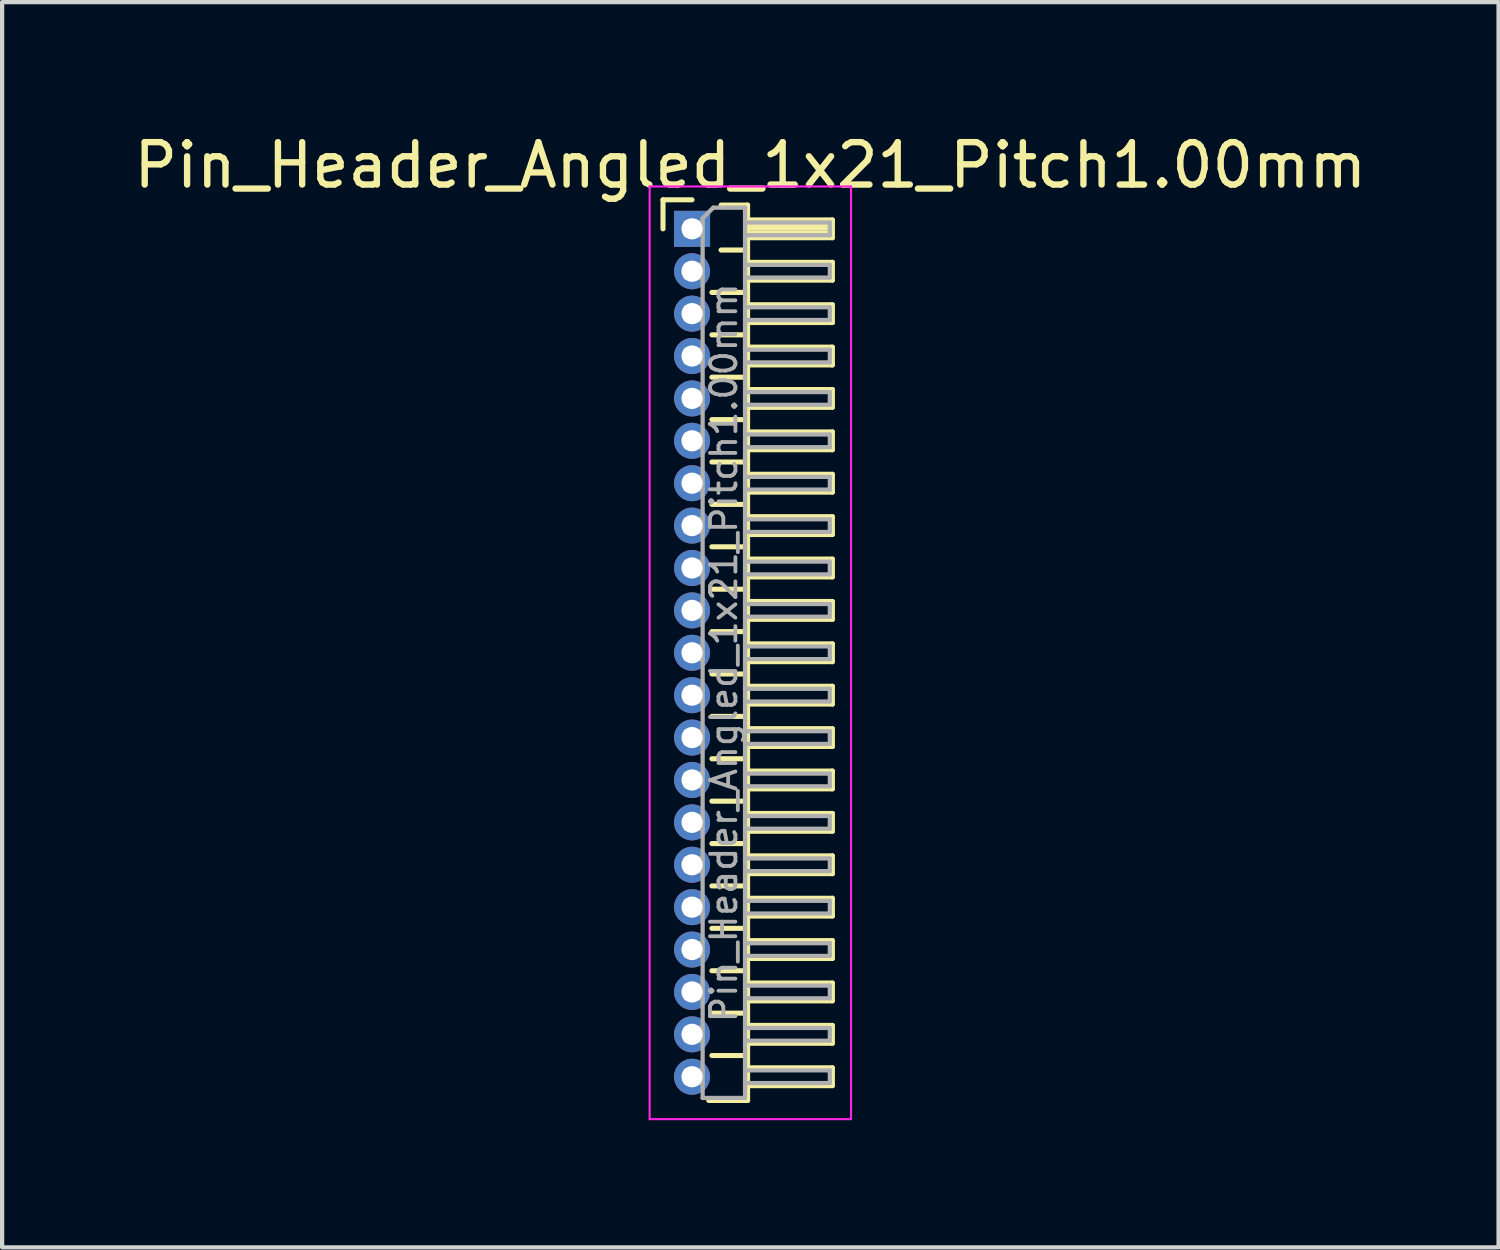
<source format=kicad_pcb>
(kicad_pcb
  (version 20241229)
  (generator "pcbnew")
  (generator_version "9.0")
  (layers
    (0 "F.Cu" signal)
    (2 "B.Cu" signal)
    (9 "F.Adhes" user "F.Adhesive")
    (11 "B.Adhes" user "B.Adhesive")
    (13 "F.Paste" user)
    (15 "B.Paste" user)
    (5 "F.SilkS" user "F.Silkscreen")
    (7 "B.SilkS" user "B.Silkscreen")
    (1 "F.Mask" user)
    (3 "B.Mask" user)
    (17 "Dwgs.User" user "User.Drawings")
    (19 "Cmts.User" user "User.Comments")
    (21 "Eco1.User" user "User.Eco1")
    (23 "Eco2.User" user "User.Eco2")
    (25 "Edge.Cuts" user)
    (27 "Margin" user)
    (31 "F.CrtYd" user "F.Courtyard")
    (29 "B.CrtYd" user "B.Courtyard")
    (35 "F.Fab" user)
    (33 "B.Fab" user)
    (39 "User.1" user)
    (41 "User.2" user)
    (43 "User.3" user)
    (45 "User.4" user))
  (footprint "Pin_Header_Angled_1x21_Pitch1.00mm"
    (layer "F.Cu")
    (at 13.274 2.348)
    (property "Reference" "Pin_Header_Angled_1x21_Pitch1.00mm" (at 1.375 -1.5 0) (layer "F.SilkS") (effects (font (size 1 1) (thickness 0.15))))
    (attr through_hole)
    (fp_line (start -0.685 -0.685) (end 0 -0.685) (stroke (width 0.12) (type solid)) (layer "F.SilkS"))
    (fp_line (start -0.685 0) (end -0.685 -0.685) (stroke (width 0.12) (type solid)) (layer "F.SilkS"))
    (fp_line (start 0.468 1.5) (end 1.31 1.5) (stroke (width 0.12) (type solid)) (layer "F.SilkS"))
    (fp_line (start 0.468 2.5) (end 1.31 2.5) (stroke (width 0.12) (type solid)) (layer "F.SilkS"))
    (fp_line (start 0.468 3.5) (end 1.31 3.5) (stroke (width 0.12) (type solid)) (layer "F.SilkS"))
    (fp_line (start 0.468 4.5) (end 1.31 4.5) (stroke (width 0.12) (type solid)) (layer "F.SilkS"))
    (fp_line (start 0.468 5.5) (end 1.31 5.5) (stroke (width 0.12) (type solid)) (layer "F.SilkS"))
    (fp_line (start 0.468 6.5) (end 1.31 6.5) (stroke (width 0.12) (type solid)) (layer "F.SilkS"))
    (fp_line (start 0.468 7.5) (end 1.31 7.5) (stroke (width 0.12) (type solid)) (layer "F.SilkS"))
    (fp_line (start 0.468 8.5) (end 1.31 8.5) (stroke (width 0.12) (type solid)) (layer "F.SilkS"))
    (fp_line (start 0.468 9.5) (end 1.31 9.5) (stroke (width 0.12) (type solid)) (layer "F.SilkS"))
    (fp_line (start 0.468 10.5) (end 1.31 10.5) (stroke (width 0.12) (type solid)) (layer "F.SilkS"))
    (fp_line (start 0.468 11.5) (end 1.31 11.5) (stroke (width 0.12) (type solid)) (layer "F.SilkS"))
    (fp_line (start 0.468 12.5) (end 1.31 12.5) (stroke (width 0.12) (type solid)) (layer "F.SilkS"))
    (fp_line (start 0.468 13.5) (end 1.31 13.5) (stroke (width 0.12) (type solid)) (layer "F.SilkS"))
    (fp_line (start 0.468 14.5) (end 1.31 14.5) (stroke (width 0.12) (type solid)) (layer "F.SilkS"))
    (fp_line (start 0.468 15.5) (end 1.31 15.5) (stroke (width 0.12) (type solid)) (layer "F.SilkS"))
    (fp_line (start 0.468 16.5) (end 1.31 16.5) (stroke (width 0.12) (type solid)) (layer "F.SilkS"))
    (fp_line (start 0.468 17.5) (end 1.31 17.5) (stroke (width 0.12) (type solid)) (layer "F.SilkS"))
    (fp_line (start 0.468 18.5) (end 1.31 18.5) (stroke (width 0.12) (type solid)) (layer "F.SilkS"))
    (fp_line (start 0.468 19.5) (end 1.31 19.5) (stroke (width 0.12) (type solid)) (layer "F.SilkS"))
    (fp_line (start 0.685 -0.56) (end 1.31 -0.56) (stroke (width 0.12) (type solid)) (layer "F.SilkS"))
    (fp_line (start 0.685 0.5) (end 1.31 0.5) (stroke (width 0.12) (type solid)) (layer "F.SilkS"))
    (fp_line (start 1.31 -0.56) (end 1.31 20.56) (stroke (width 0.12) (type solid)) (layer "F.SilkS"))
    (fp_line (start 1.31 -0.21) (end 3.31 -0.21) (stroke (width 0.12) (type solid)) (layer "F.SilkS"))
    (fp_line (start 1.31 -0.15) (end 3.31 -0.15) (stroke (width 0.12) (type solid)) (layer "F.SilkS"))
    (fp_line (start 1.31 -0.03) (end 3.31 -0.03) (stroke (width 0.12) (type solid)) (layer "F.SilkS"))
    (fp_line (start 1.31 0.09) (end 3.31 0.09) (stroke (width 0.12) (type solid)) (layer "F.SilkS"))
    (fp_line (start 1.31 0.79) (end 3.31 0.79) (stroke (width 0.12) (type solid)) (layer "F.SilkS"))
    (fp_line (start 1.31 1.79) (end 3.31 1.79) (stroke (width 0.12) (type solid)) (layer "F.SilkS"))
    (fp_line (start 1.31 2.79) (end 3.31 2.79) (stroke (width 0.12) (type solid)) (layer "F.SilkS"))
    (fp_line (start 1.31 3.79) (end 3.31 3.79) (stroke (width 0.12) (type solid)) (layer "F.SilkS"))
    (fp_line (start 1.31 4.79) (end 3.31 4.79) (stroke (width 0.12) (type solid)) (layer "F.SilkS"))
    (fp_line (start 1.31 5.79) (end 3.31 5.79) (stroke (width 0.12) (type solid)) (layer "F.SilkS"))
    (fp_line (start 1.31 6.79) (end 3.31 6.79) (stroke (width 0.12) (type solid)) (layer "F.SilkS"))
    (fp_line (start 1.31 7.79) (end 3.31 7.79) (stroke (width 0.12) (type solid)) (layer "F.SilkS"))
    (fp_line (start 1.31 8.79) (end 3.31 8.79) (stroke (width 0.12) (type solid)) (layer "F.SilkS"))
    (fp_line (start 1.31 9.79) (end 3.31 9.79) (stroke (width 0.12) (type solid)) (layer "F.SilkS"))
    (fp_line (start 1.31 10.79) (end 3.31 10.79) (stroke (width 0.12) (type solid)) (layer "F.SilkS"))
    (fp_line (start 1.31 11.79) (end 3.31 11.79) (stroke (width 0.12) (type solid)) (layer "F.SilkS"))
    (fp_line (start 1.31 12.79) (end 3.31 12.79) (stroke (width 0.12) (type solid)) (layer "F.SilkS"))
    (fp_line (start 1.31 13.79) (end 3.31 13.79) (stroke (width 0.12) (type solid)) (layer "F.SilkS"))
    (fp_line (start 1.31 14.79) (end 3.31 14.79) (stroke (width 0.12) (type solid)) (layer "F.SilkS"))
    (fp_line (start 1.31 15.79) (end 3.31 15.79) (stroke (width 0.12) (type solid)) (layer "F.SilkS"))
    (fp_line (start 1.31 16.79) (end 3.31 16.79) (stroke (width 0.12) (type solid)) (layer "F.SilkS"))
    (fp_line (start 1.31 17.79) (end 3.31 17.79) (stroke (width 0.12) (type solid)) (layer "F.SilkS"))
    (fp_line (start 1.31 18.79) (end 3.31 18.79) (stroke (width 0.12) (type solid)) (layer "F.SilkS"))
    (fp_line (start 1.31 19.79) (end 3.31 19.79) (stroke (width 0.12) (type solid)) (layer "F.SilkS"))
    (fp_line (start 1.31 20.56) (end 0.394 20.56) (stroke (width 0.12) (type solid)) (layer "F.SilkS"))
    (fp_line (start 3.31 -0.21) (end 3.31 0.21) (stroke (width 0.12) (type solid)) (layer "F.SilkS"))
    (fp_line (start 3.31 0.21) (end 1.31 0.21) (stroke (width 0.12) (type solid)) (layer "F.SilkS"))
    (fp_line (start 3.31 0.79) (end 3.31 1.21) (stroke (width 0.12) (type solid)) (layer "F.SilkS"))
    (fp_line (start 3.31 1.21) (end 1.31 1.21) (stroke (width 0.12) (type solid)) (layer "F.SilkS"))
    (fp_line (start 3.31 1.79) (end 3.31 2.21) (stroke (width 0.12) (type solid)) (layer "F.SilkS"))
    (fp_line (start 3.31 2.21) (end 1.31 2.21) (stroke (width 0.12) (type solid)) (layer "F.SilkS"))
    (fp_line (start 3.31 2.79) (end 3.31 3.21) (stroke (width 0.12) (type solid)) (layer "F.SilkS"))
    (fp_line (start 3.31 3.21) (end 1.31 3.21) (stroke (width 0.12) (type solid)) (layer "F.SilkS"))
    (fp_line (start 3.31 3.79) (end 3.31 4.21) (stroke (width 0.12) (type solid)) (layer "F.SilkS"))
    (fp_line (start 3.31 4.21) (end 1.31 4.21) (stroke (width 0.12) (type solid)) (layer "F.SilkS"))
    (fp_line (start 3.31 4.79) (end 3.31 5.21) (stroke (width 0.12) (type solid)) (layer "F.SilkS"))
    (fp_line (start 3.31 5.21) (end 1.31 5.21) (stroke (width 0.12) (type solid)) (layer "F.SilkS"))
    (fp_line (start 3.31 5.79) (end 3.31 6.21) (stroke (width 0.12) (type solid)) (layer "F.SilkS"))
    (fp_line (start 3.31 6.21) (end 1.31 6.21) (stroke (width 0.12) (type solid)) (layer "F.SilkS"))
    (fp_line (start 3.31 6.79) (end 3.31 7.21) (stroke (width 0.12) (type solid)) (layer "F.SilkS"))
    (fp_line (start 3.31 7.21) (end 1.31 7.21) (stroke (width 0.12) (type solid)) (layer "F.SilkS"))
    (fp_line (start 3.31 7.79) (end 3.31 8.21) (stroke (width 0.12) (type solid)) (layer "F.SilkS"))
    (fp_line (start 3.31 8.21) (end 1.31 8.21) (stroke (width 0.12) (type solid)) (layer "F.SilkS"))
    (fp_line (start 3.31 8.79) (end 3.31 9.21) (stroke (width 0.12) (type solid)) (layer "F.SilkS"))
    (fp_line (start 3.31 9.21) (end 1.31 9.21) (stroke (width 0.12) (type solid)) (layer "F.SilkS"))
    (fp_line (start 3.31 9.79) (end 3.31 10.21) (stroke (width 0.12) (type solid)) (layer "F.SilkS"))
    (fp_line (start 3.31 10.21) (end 1.31 10.21) (stroke (width 0.12) (type solid)) (layer "F.SilkS"))
    (fp_line (start 3.31 10.79) (end 3.31 11.21) (stroke (width 0.12) (type solid)) (layer "F.SilkS"))
    (fp_line (start 3.31 11.21) (end 1.31 11.21) (stroke (width 0.12) (type solid)) (layer "F.SilkS"))
    (fp_line (start 3.31 11.79) (end 3.31 12.21) (stroke (width 0.12) (type solid)) (layer "F.SilkS"))
    (fp_line (start 3.31 12.21) (end 1.31 12.21) (stroke (width 0.12) (type solid)) (layer "F.SilkS"))
    (fp_line (start 3.31 12.79) (end 3.31 13.21) (stroke (width 0.12) (type solid)) (layer "F.SilkS"))
    (fp_line (start 3.31 13.21) (end 1.31 13.21) (stroke (width 0.12) (type solid)) (layer "F.SilkS"))
    (fp_line (start 3.31 13.79) (end 3.31 14.21) (stroke (width 0.12) (type solid)) (layer "F.SilkS"))
    (fp_line (start 3.31 14.21) (end 1.31 14.21) (stroke (width 0.12) (type solid)) (layer "F.SilkS"))
    (fp_line (start 3.31 14.79) (end 3.31 15.21) (stroke (width 0.12) (type solid)) (layer "F.SilkS"))
    (fp_line (start 3.31 15.21) (end 1.31 15.21) (stroke (width 0.12) (type solid)) (layer "F.SilkS"))
    (fp_line (start 3.31 15.79) (end 3.31 16.21) (stroke (width 0.12) (type solid)) (layer "F.SilkS"))
    (fp_line (start 3.31 16.21) (end 1.31 16.21) (stroke (width 0.12) (type solid)) (layer "F.SilkS"))
    (fp_line (start 3.31 16.79) (end 3.31 17.21) (stroke (width 0.12) (type solid)) (layer "F.SilkS"))
    (fp_line (start 3.31 17.21) (end 1.31 17.21) (stroke (width 0.12) (type solid)) (layer "F.SilkS"))
    (fp_line (start 3.31 17.79) (end 3.31 18.21) (stroke (width 0.12) (type solid)) (layer "F.SilkS"))
    (fp_line (start 3.31 18.21) (end 1.31 18.21) (stroke (width 0.12) (type solid)) (layer "F.SilkS"))
    (fp_line (start 3.31 18.79) (end 3.31 19.21) (stroke (width 0.12) (type solid)) (layer "F.SilkS"))
    (fp_line (start 3.31 19.21) (end 1.31 19.21) (stroke (width 0.12) (type solid)) (layer "F.SilkS"))
    (fp_line (start 3.31 19.79) (end 3.31 20.21) (stroke (width 0.12) (type solid)) (layer "F.SilkS"))
    (fp_line (start 3.31 20.21) (end 1.31 20.21) (stroke (width 0.12) (type solid)) (layer "F.SilkS"))
    (fp_line (start -1 -1) (end -1 21) (stroke (width 0.05) (type solid)) (layer "F.CrtYd"))
    (fp_line (start -1 21) (end 3.75 21) (stroke (width 0.05) (type solid)) (layer "F.CrtYd"))
    (fp_line (start 3.75 -1) (end -1 -1) (stroke (width 0.05) (type solid)) (layer "F.CrtYd"))
    (fp_line (start 3.75 21) (end 3.75 -1) (stroke (width 0.05) (type solid)) (layer "F.CrtYd"))
    (fp_line (start -0.15 -0.15) (end -0.15 0.15) (stroke (width 0.1) (type solid)) (layer "F.Fab"))
    (fp_line (start -0.15 -0.15) (end 0.25 -0.15) (stroke (width 0.1) (type solid)) (layer "F.Fab"))
    (fp_line (start -0.15 0.15) (end 0.25 0.15) (stroke (width 0.1) (type solid)) (layer "F.Fab"))
    (fp_line (start -0.15 0.85) (end -0.15 1.15) (stroke (width 0.1) (type solid)) (layer "F.Fab"))
    (fp_line (start -0.15 0.85) (end 0.25 0.85) (stroke (width 0.1) (type solid)) (layer "F.Fab"))
    (fp_line (start -0.15 1.15) (end 0.25 1.15) (stroke (width 0.1) (type solid)) (layer "F.Fab"))
    (fp_line (start -0.15 1.85) (end -0.15 2.15) (stroke (width 0.1) (type solid)) (layer "F.Fab"))
    (fp_line (start -0.15 1.85) (end 0.25 1.85) (stroke (width 0.1) (type solid)) (layer "F.Fab"))
    (fp_line (start -0.15 2.15) (end 0.25 2.15) (stroke (width 0.1) (type solid)) (layer "F.Fab"))
    (fp_line (start -0.15 2.85) (end -0.15 3.15) (stroke (width 0.1) (type solid)) (layer "F.Fab"))
    (fp_line (start -0.15 2.85) (end 0.25 2.85) (stroke (width 0.1) (type solid)) (layer "F.Fab"))
    (fp_line (start -0.15 3.15) (end 0.25 3.15) (stroke (width 0.1) (type solid)) (layer "F.Fab"))
    (fp_line (start -0.15 3.85) (end -0.15 4.15) (stroke (width 0.1) (type solid)) (layer "F.Fab"))
    (fp_line (start -0.15 3.85) (end 0.25 3.85) (stroke (width 0.1) (type solid)) (layer "F.Fab"))
    (fp_line (start -0.15 4.15) (end 0.25 4.15) (stroke (width 0.1) (type solid)) (layer "F.Fab"))
    (fp_line (start -0.15 4.85) (end -0.15 5.15) (stroke (width 0.1) (type solid)) (layer "F.Fab"))
    (fp_line (start -0.15 4.85) (end 0.25 4.85) (stroke (width 0.1) (type solid)) (layer "F.Fab"))
    (fp_line (start -0.15 5.15) (end 0.25 5.15) (stroke (width 0.1) (type solid)) (layer "F.Fab"))
    (fp_line (start -0.15 5.85) (end -0.15 6.15) (stroke (width 0.1) (type solid)) (layer "F.Fab"))
    (fp_line (start -0.15 5.85) (end 0.25 5.85) (stroke (width 0.1) (type solid)) (layer "F.Fab"))
    (fp_line (start -0.15 6.15) (end 0.25 6.15) (stroke (width 0.1) (type solid)) (layer "F.Fab"))
    (fp_line (start -0.15 6.85) (end -0.15 7.15) (stroke (width 0.1) (type solid)) (layer "F.Fab"))
    (fp_line (start -0.15 6.85) (end 0.25 6.85) (stroke (width 0.1) (type solid)) (layer "F.Fab"))
    (fp_line (start -0.15 7.15) (end 0.25 7.15) (stroke (width 0.1) (type solid)) (layer "F.Fab"))
    (fp_line (start -0.15 7.85) (end -0.15 8.15) (stroke (width 0.1) (type solid)) (layer "F.Fab"))
    (fp_line (start -0.15 7.85) (end 0.25 7.85) (stroke (width 0.1) (type solid)) (layer "F.Fab"))
    (fp_line (start -0.15 8.15) (end 0.25 8.15) (stroke (width 0.1) (type solid)) (layer "F.Fab"))
    (fp_line (start -0.15 8.85) (end -0.15 9.15) (stroke (width 0.1) (type solid)) (layer "F.Fab"))
    (fp_line (start -0.15 8.85) (end 0.25 8.85) (stroke (width 0.1) (type solid)) (layer "F.Fab"))
    (fp_line (start -0.15 9.15) (end 0.25 9.15) (stroke (width 0.1) (type solid)) (layer "F.Fab"))
    (fp_line (start -0.15 9.85) (end -0.15 10.15) (stroke (width 0.1) (type solid)) (layer "F.Fab"))
    (fp_line (start -0.15 9.85) (end 0.25 9.85) (stroke (width 0.1) (type solid)) (layer "F.Fab"))
    (fp_line (start -0.15 10.15) (end 0.25 10.15) (stroke (width 0.1) (type solid)) (layer "F.Fab"))
    (fp_line (start -0.15 10.85) (end -0.15 11.15) (stroke (width 0.1) (type solid)) (layer "F.Fab"))
    (fp_line (start -0.15 10.85) (end 0.25 10.85) (stroke (width 0.1) (type solid)) (layer "F.Fab"))
    (fp_line (start -0.15 11.15) (end 0.25 11.15) (stroke (width 0.1) (type solid)) (layer "F.Fab"))
    (fp_line (start -0.15 11.85) (end -0.15 12.15) (stroke (width 0.1) (type solid)) (layer "F.Fab"))
    (fp_line (start -0.15 11.85) (end 0.25 11.85) (stroke (width 0.1) (type solid)) (layer "F.Fab"))
    (fp_line (start -0.15 12.15) (end 0.25 12.15) (stroke (width 0.1) (type solid)) (layer "F.Fab"))
    (fp_line (start -0.15 12.85) (end -0.15 13.15) (stroke (width 0.1) (type solid)) (layer "F.Fab"))
    (fp_line (start -0.15 12.85) (end 0.25 12.85) (stroke (width 0.1) (type solid)) (layer "F.Fab"))
    (fp_line (start -0.15 13.15) (end 0.25 13.15) (stroke (width 0.1) (type solid)) (layer "F.Fab"))
    (fp_line (start -0.15 13.85) (end -0.15 14.15) (stroke (width 0.1) (type solid)) (layer "F.Fab"))
    (fp_line (start -0.15 13.85) (end 0.25 13.85) (stroke (width 0.1) (type solid)) (layer "F.Fab"))
    (fp_line (start -0.15 14.15) (end 0.25 14.15) (stroke (width 0.1) (type solid)) (layer "F.Fab"))
    (fp_line (start -0.15 14.85) (end -0.15 15.15) (stroke (width 0.1) (type solid)) (layer "F.Fab"))
    (fp_line (start -0.15 14.85) (end 0.25 14.85) (stroke (width 0.1) (type solid)) (layer "F.Fab"))
    (fp_line (start -0.15 15.15) (end 0.25 15.15) (stroke (width 0.1) (type solid)) (layer "F.Fab"))
    (fp_line (start -0.15 15.85) (end -0.15 16.15) (stroke (width 0.1) (type solid)) (layer "F.Fab"))
    (fp_line (start -0.15 15.85) (end 0.25 15.85) (stroke (width 0.1) (type solid)) (layer "F.Fab"))
    (fp_line (start -0.15 16.15) (end 0.25 16.15) (stroke (width 0.1) (type solid)) (layer "F.Fab"))
    (fp_line (start -0.15 16.85) (end -0.15 17.15) (stroke (width 0.1) (type solid)) (layer "F.Fab"))
    (fp_line (start -0.15 16.85) (end 0.25 16.85) (stroke (width 0.1) (type solid)) (layer "F.Fab"))
    (fp_line (start -0.15 17.15) (end 0.25 17.15) (stroke (width 0.1) (type solid)) (layer "F.Fab"))
    (fp_line (start -0.15 17.85) (end -0.15 18.15) (stroke (width 0.1) (type solid)) (layer "F.Fab"))
    (fp_line (start -0.15 17.85) (end 0.25 17.85) (stroke (width 0.1) (type solid)) (layer "F.Fab"))
    (fp_line (start -0.15 18.15) (end 0.25 18.15) (stroke (width 0.1) (type solid)) (layer "F.Fab"))
    (fp_line (start -0.15 18.85) (end -0.15 19.15) (stroke (width 0.1) (type solid)) (layer "F.Fab"))
    (fp_line (start -0.15 18.85) (end 0.25 18.85) (stroke (width 0.1) (type solid)) (layer "F.Fab"))
    (fp_line (start -0.15 19.15) (end 0.25 19.15) (stroke (width 0.1) (type solid)) (layer "F.Fab"))
    (fp_line (start -0.15 19.85) (end -0.15 20.15) (stroke (width 0.1) (type solid)) (layer "F.Fab"))
    (fp_line (start -0.15 19.85) (end 0.25 19.85) (stroke (width 0.1) (type solid)) (layer "F.Fab"))
    (fp_line (start -0.15 20.15) (end 0.25 20.15) (stroke (width 0.1) (type solid)) (layer "F.Fab"))
    (fp_line (start 0.25 -0.25) (end 0.5 -0.5) (stroke (width 0.1) (type solid)) (layer "F.Fab"))
    (fp_line (start 0.25 20.5) (end 0.25 -0.25) (stroke (width 0.1) (type solid)) (layer "F.Fab"))
    (fp_line (start 0.5 -0.5) (end 1.25 -0.5) (stroke (width 0.1) (type solid)) (layer "F.Fab"))
    (fp_line (start 1.25 -0.5) (end 1.25 20.5) (stroke (width 0.1) (type solid)) (layer "F.Fab"))
    (fp_line (start 1.25 -0.15) (end 3.25 -0.15) (stroke (width 0.1) (type solid)) (layer "F.Fab"))
    (fp_line (start 1.25 0.15) (end 3.25 0.15) (stroke (width 0.1) (type solid)) (layer "F.Fab"))
    (fp_line (start 1.25 0.85) (end 3.25 0.85) (stroke (width 0.1) (type solid)) (layer "F.Fab"))
    (fp_line (start 1.25 1.15) (end 3.25 1.15) (stroke (width 0.1) (type solid)) (layer "F.Fab"))
    (fp_line (start 1.25 1.85) (end 3.25 1.85) (stroke (width 0.1) (type solid)) (layer "F.Fab"))
    (fp_line (start 1.25 2.15) (end 3.25 2.15) (stroke (width 0.1) (type solid)) (layer "F.Fab"))
    (fp_line (start 1.25 2.85) (end 3.25 2.85) (stroke (width 0.1) (type solid)) (layer "F.Fab"))
    (fp_line (start 1.25 3.15) (end 3.25 3.15) (stroke (width 0.1) (type solid)) (layer "F.Fab"))
    (fp_line (start 1.25 3.85) (end 3.25 3.85) (stroke (width 0.1) (type solid)) (layer "F.Fab"))
    (fp_line (start 1.25 4.15) (end 3.25 4.15) (stroke (width 0.1) (type solid)) (layer "F.Fab"))
    (fp_line (start 1.25 4.85) (end 3.25 4.85) (stroke (width 0.1) (type solid)) (layer "F.Fab"))
    (fp_line (start 1.25 5.15) (end 3.25 5.15) (stroke (width 0.1) (type solid)) (layer "F.Fab"))
    (fp_line (start 1.25 5.85) (end 3.25 5.85) (stroke (width 0.1) (type solid)) (layer "F.Fab"))
    (fp_line (start 1.25 6.15) (end 3.25 6.15) (stroke (width 0.1) (type solid)) (layer "F.Fab"))
    (fp_line (start 1.25 6.85) (end 3.25 6.85) (stroke (width 0.1) (type solid)) (layer "F.Fab"))
    (fp_line (start 1.25 7.15) (end 3.25 7.15) (stroke (width 0.1) (type solid)) (layer "F.Fab"))
    (fp_line (start 1.25 7.85) (end 3.25 7.85) (stroke (width 0.1) (type solid)) (layer "F.Fab"))
    (fp_line (start 1.25 8.15) (end 3.25 8.15) (stroke (width 0.1) (type solid)) (layer "F.Fab"))
    (fp_line (start 1.25 8.85) (end 3.25 8.85) (stroke (width 0.1) (type solid)) (layer "F.Fab"))
    (fp_line (start 1.25 9.15) (end 3.25 9.15) (stroke (width 0.1) (type solid)) (layer "F.Fab"))
    (fp_line (start 1.25 9.85) (end 3.25 9.85) (stroke (width 0.1) (type solid)) (layer "F.Fab"))
    (fp_line (start 1.25 10.15) (end 3.25 10.15) (stroke (width 0.1) (type solid)) (layer "F.Fab"))
    (fp_line (start 1.25 10.85) (end 3.25 10.85) (stroke (width 0.1) (type solid)) (layer "F.Fab"))
    (fp_line (start 1.25 11.15) (end 3.25 11.15) (stroke (width 0.1) (type solid)) (layer "F.Fab"))
    (fp_line (start 1.25 11.85) (end 3.25 11.85) (stroke (width 0.1) (type solid)) (layer "F.Fab"))
    (fp_line (start 1.25 12.15) (end 3.25 12.15) (stroke (width 0.1) (type solid)) (layer "F.Fab"))
    (fp_line (start 1.25 12.85) (end 3.25 12.85) (stroke (width 0.1) (type solid)) (layer "F.Fab"))
    (fp_line (start 1.25 13.15) (end 3.25 13.15) (stroke (width 0.1) (type solid)) (layer "F.Fab"))
    (fp_line (start 1.25 13.85) (end 3.25 13.85) (stroke (width 0.1) (type solid)) (layer "F.Fab"))
    (fp_line (start 1.25 14.15) (end 3.25 14.15) (stroke (width 0.1) (type solid)) (layer "F.Fab"))
    (fp_line (start 1.25 14.85) (end 3.25 14.85) (stroke (width 0.1) (type solid)) (layer "F.Fab"))
    (fp_line (start 1.25 15.15) (end 3.25 15.15) (stroke (width 0.1) (type solid)) (layer "F.Fab"))
    (fp_line (start 1.25 15.85) (end 3.25 15.85) (stroke (width 0.1) (type solid)) (layer "F.Fab"))
    (fp_line (start 1.25 16.15) (end 3.25 16.15) (stroke (width 0.1) (type solid)) (layer "F.Fab"))
    (fp_line (start 1.25 16.85) (end 3.25 16.85) (stroke (width 0.1) (type solid)) (layer "F.Fab"))
    (fp_line (start 1.25 17.15) (end 3.25 17.15) (stroke (width 0.1) (type solid)) (layer "F.Fab"))
    (fp_line (start 1.25 17.85) (end 3.25 17.85) (stroke (width 0.1) (type solid)) (layer "F.Fab"))
    (fp_line (start 1.25 18.15) (end 3.25 18.15) (stroke (width 0.1) (type solid)) (layer "F.Fab"))
    (fp_line (start 1.25 18.85) (end 3.25 18.85) (stroke (width 0.1) (type solid)) (layer "F.Fab"))
    (fp_line (start 1.25 19.15) (end 3.25 19.15) (stroke (width 0.1) (type solid)) (layer "F.Fab"))
    (fp_line (start 1.25 19.85) (end 3.25 19.85) (stroke (width 0.1) (type solid)) (layer "F.Fab"))
    (fp_line (start 1.25 20.15) (end 3.25 20.15) (stroke (width 0.1) (type solid)) (layer "F.Fab"))
    (fp_line (start 1.25 20.5) (end 0.25 20.5) (stroke (width 0.1) (type solid)) (layer "F.Fab"))
    (fp_line (start 3.25 -0.15) (end 3.25 0.15) (stroke (width 0.1) (type solid)) (layer "F.Fab"))
    (fp_line (start 3.25 0.85) (end 3.25 1.15) (stroke (width 0.1) (type solid)) (layer "F.Fab"))
    (fp_line (start 3.25 1.85) (end 3.25 2.15) (stroke (width 0.1) (type solid)) (layer "F.Fab"))
    (fp_line (start 3.25 2.85) (end 3.25 3.15) (stroke (width 0.1) (type solid)) (layer "F.Fab"))
    (fp_line (start 3.25 3.85) (end 3.25 4.15) (stroke (width 0.1) (type solid)) (layer "F.Fab"))
    (fp_line (start 3.25 4.85) (end 3.25 5.15) (stroke (width 0.1) (type solid)) (layer "F.Fab"))
    (fp_line (start 3.25 5.85) (end 3.25 6.15) (stroke (width 0.1) (type solid)) (layer "F.Fab"))
    (fp_line (start 3.25 6.85) (end 3.25 7.15) (stroke (width 0.1) (type solid)) (layer "F.Fab"))
    (fp_line (start 3.25 7.85) (end 3.25 8.15) (stroke (width 0.1) (type solid)) (layer "F.Fab"))
    (fp_line (start 3.25 8.85) (end 3.25 9.15) (stroke (width 0.1) (type solid)) (layer "F.Fab"))
    (fp_line (start 3.25 9.85) (end 3.25 10.15) (stroke (width 0.1) (type solid)) (layer "F.Fab"))
    (fp_line (start 3.25 10.85) (end 3.25 11.15) (stroke (width 0.1) (type solid)) (layer "F.Fab"))
    (fp_line (start 3.25 11.85) (end 3.25 12.15) (stroke (width 0.1) (type solid)) (layer "F.Fab"))
    (fp_line (start 3.25 12.85) (end 3.25 13.15) (stroke (width 0.1) (type solid)) (layer "F.Fab"))
    (fp_line (start 3.25 13.85) (end 3.25 14.15) (stroke (width 0.1) (type solid)) (layer "F.Fab"))
    (fp_line (start 3.25 14.85) (end 3.25 15.15) (stroke (width 0.1) (type solid)) (layer "F.Fab"))
    (fp_line (start 3.25 15.85) (end 3.25 16.15) (stroke (width 0.1) (type solid)) (layer "F.Fab"))
    (fp_line (start 3.25 16.85) (end 3.25 17.15) (stroke (width 0.1) (type solid)) (layer "F.Fab"))
    (fp_line (start 3.25 17.85) (end 3.25 18.15) (stroke (width 0.1) (type solid)) (layer "F.Fab"))
    (fp_line (start 3.25 18.85) (end 3.25 19.15) (stroke (width 0.1) (type solid)) (layer "F.Fab"))
    (fp_line (start 3.25 19.85) (end 3.25 20.15) (stroke (width 0.1) (type solid)) (layer "F.Fab"))
    (fp_text user "${REFERENCE}" (at 0.75 10 90) (layer "F.Fab") (effects (font (size 0.6 0.6) (thickness 0.09))))
    (pad "1" thru_hole rect (at 0 0) (size 0.85 0.85) (drill 0.5) (layers "*.Cu" "*.Mask"))
    (pad "2" thru_hole oval (at 0 1) (size 0.85 0.85) (drill 0.5) (layers "*.Cu" "*.Mask"))
    (pad "3" thru_hole oval (at 0 2) (size 0.85 0.85) (drill 0.5) (layers "*.Cu" "*.Mask"))
    (pad "4" thru_hole oval (at 0 3) (size 0.85 0.85) (drill 0.5) (layers "*.Cu" "*.Mask"))
    (pad "5" thru_hole oval (at 0 4) (size 0.85 0.85) (drill 0.5) (layers "*.Cu" "*.Mask"))
    (pad "6" thru_hole oval (at 0 5) (size 0.85 0.85) (drill 0.5) (layers "*.Cu" "*.Mask"))
    (pad "7" thru_hole oval (at 0 6) (size 0.85 0.85) (drill 0.5) (layers "*.Cu" "*.Mask"))
    (pad "8" thru_hole oval (at 0 7) (size 0.85 0.85) (drill 0.5) (layers "*.Cu" "*.Mask"))
    (pad "9" thru_hole oval (at 0 8) (size 0.85 0.85) (drill 0.5) (layers "*.Cu" "*.Mask"))
    (pad "10" thru_hole oval (at 0 9) (size 0.85 0.85) (drill 0.5) (layers "*.Cu" "*.Mask"))
    (pad "11" thru_hole oval (at 0 10) (size 0.85 0.85) (drill 0.5) (layers "*.Cu" "*.Mask"))
    (pad "12" thru_hole oval (at 0 11) (size 0.85 0.85) (drill 0.5) (layers "*.Cu" "*.Mask"))
    (pad "13" thru_hole oval (at 0 12) (size 0.85 0.85) (drill 0.5) (layers "*.Cu" "*.Mask"))
    (pad "14" thru_hole oval (at 0 13) (size 0.85 0.85) (drill 0.5) (layers "*.Cu" "*.Mask"))
    (pad "15" thru_hole oval (at 0 14) (size 0.85 0.85) (drill 0.5) (layers "*.Cu" "*.Mask"))
    (pad "16" thru_hole oval (at 0 15) (size 0.85 0.85) (drill 0.5) (layers "*.Cu" "*.Mask"))
    (pad "17" thru_hole oval (at 0 16) (size 0.85 0.85) (drill 0.5) (layers "*.Cu" "*.Mask"))
    (pad "18" thru_hole oval (at 0 17) (size 0.85 0.85) (drill 0.5) (layers "*.Cu" "*.Mask"))
    (pad "19" thru_hole oval (at 0 18) (size 0.85 0.85) (drill 0.5) (layers "*.Cu" "*.Mask"))
    (pad "20" thru_hole oval (at 0 19) (size 0.85 0.85) (drill 0.5) (layers "*.Cu" "*.Mask"))
    (pad "21" thru_hole oval (at 0 20) (size 0.85 0.85) (drill 0.5) (layers "*.Cu" "*.Mask")))
  (gr_rect
    (start -3 -3)
    (end 32.298 26.373)
    (stroke (width 0.1) (type default))
    (fill no)
    (layer "Edge.Cuts")))
</source>
